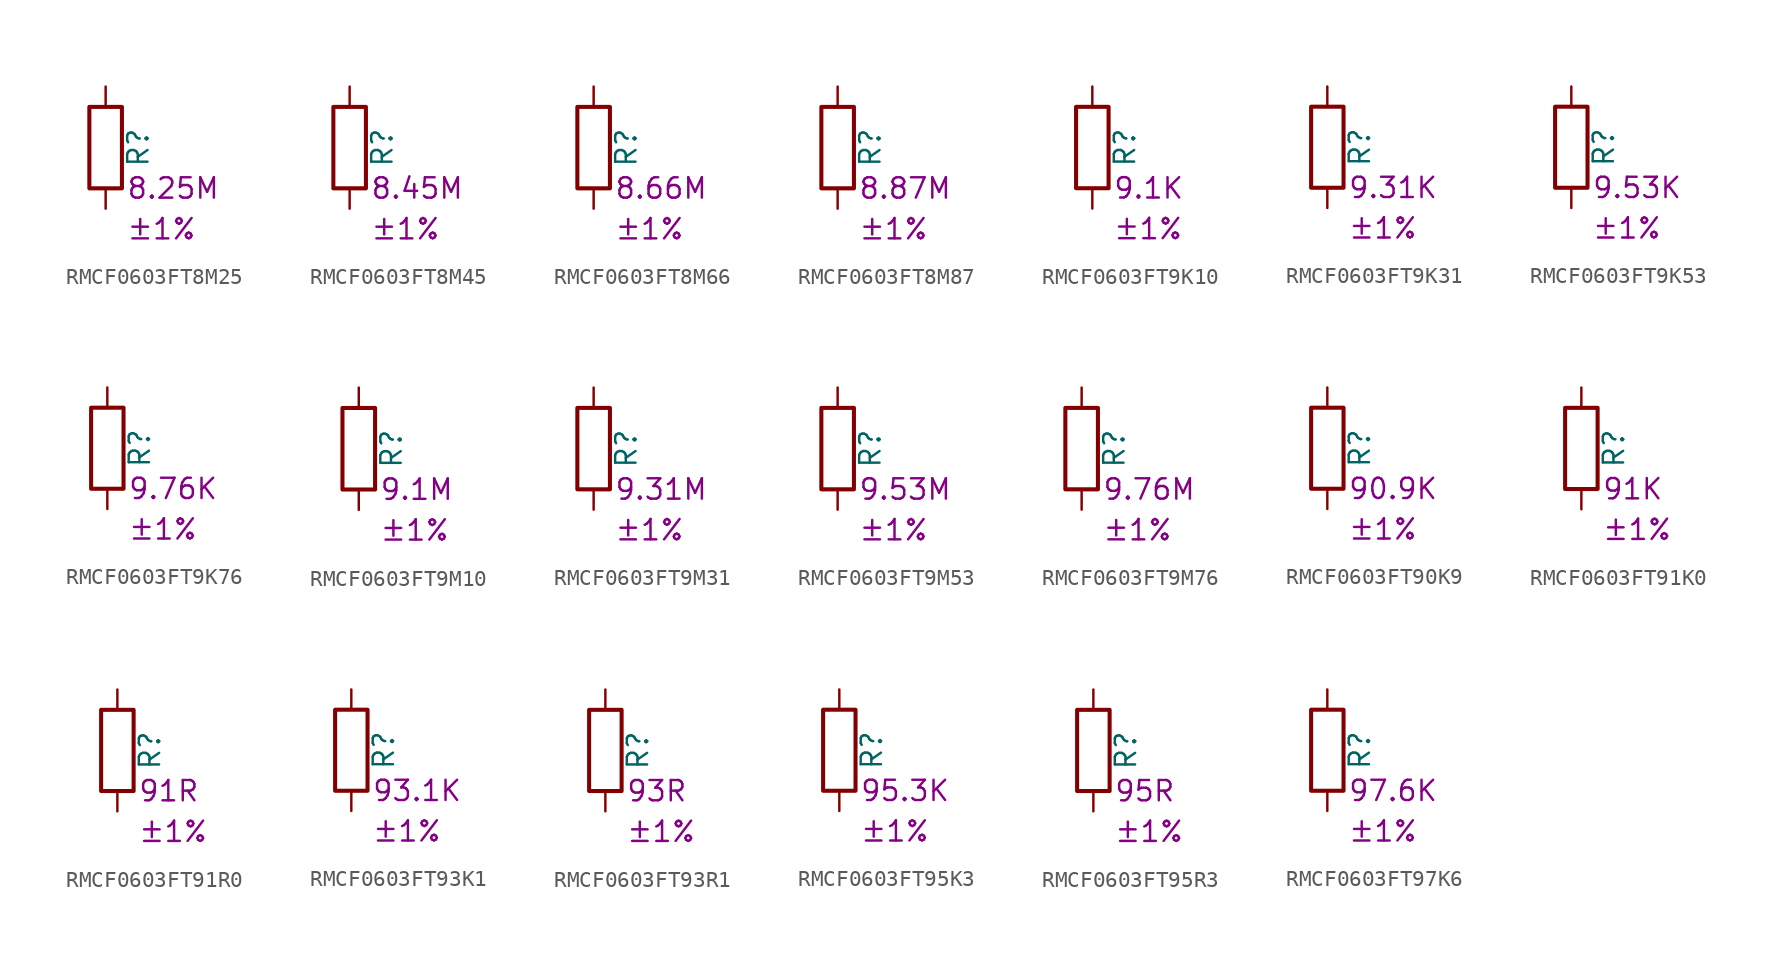
<source format=kicad_sym>
(kicad_symbol_lib
  (version 20220914)
  (generator kicad_symbol_editor)
  (symbol "RMCF0603FT8M25"
    (pin_numbers hide)
    (pin_names
      (offset 0))
    (property "Reference" "R"
      (at 2.032 0 90)
      (effects (font (size 1.27 1.27))))
    (property "Resistance" "8.25M"
      (at 1.27 -2.54 0)
      (effects (font (size 1.27 1.27)) (justify left)))
    (property "Tolerance" "±1%"
      (at 1.27 -5.08 0)
      (effects (font (size 1.27 1.27)) (justify left)))
    (symbol "RMCF0603FT8M25_0_1"
      (rectangle (start -1.016 -2.54) (end 1.016 2.54) (stroke (width 0.254) (type default)) (fill (type none))))
    (symbol "RMCF0603FT8M25_1_1"
      (pin passive line (at 0 3.81 270) (length 1.27) (name "~" (effects (font (size 1.27 1.27)))) (number "1" (effects (font (size 1.27 1.27)))))
      (pin passive line (at 0 -3.81 90) (length 1.27) (name "~" (effects (font (size 1.27 1.27)))) (number "2" (effects (font (size 1.27 1.27)))))))
  (symbol "RMCF0603FT8M45"
    (pin_numbers hide)
    (pin_names
      (offset 0))
    (property "Reference" "R"
      (at 2.032 0 90)
      (effects (font (size 1.27 1.27))))
    (property "Resistance" "8.45M"
      (at 1.27 -2.54 0)
      (effects (font (size 1.27 1.27)) (justify left)))
    (property "Tolerance" "±1%"
      (at 1.27 -5.08 0)
      (effects (font (size 1.27 1.27)) (justify left)))
    (symbol "RMCF0603FT8M45_0_1"
      (rectangle (start -1.016 -2.54) (end 1.016 2.54) (stroke (width 0.254) (type default)) (fill (type none))))
    (symbol "RMCF0603FT8M45_1_1"
      (pin passive line (at 0 3.81 270) (length 1.27) (name "~" (effects (font (size 1.27 1.27)))) (number "1" (effects (font (size 1.27 1.27)))))
      (pin passive line (at 0 -3.81 90) (length 1.27) (name "~" (effects (font (size 1.27 1.27)))) (number "2" (effects (font (size 1.27 1.27)))))))
  (symbol "RMCF0603FT8M66"
    (pin_numbers hide)
    (pin_names
      (offset 0))
    (property "Reference" "R"
      (at 2.032 0 90)
      (effects (font (size 1.27 1.27))))
    (property "Resistance" "8.66M"
      (at 1.27 -2.54 0)
      (effects (font (size 1.27 1.27)) (justify left)))
    (property "Tolerance" "±1%"
      (at 1.27 -5.08 0)
      (effects (font (size 1.27 1.27)) (justify left)))
    (symbol "RMCF0603FT8M66_0_1"
      (rectangle (start -1.016 -2.54) (end 1.016 2.54) (stroke (width 0.254) (type default)) (fill (type none))))
    (symbol "RMCF0603FT8M66_1_1"
      (pin passive line (at 0 3.81 270) (length 1.27) (name "~" (effects (font (size 1.27 1.27)))) (number "1" (effects (font (size 1.27 1.27)))))
      (pin passive line (at 0 -3.81 90) (length 1.27) (name "~" (effects (font (size 1.27 1.27)))) (number "2" (effects (font (size 1.27 1.27)))))))
  (symbol "RMCF0603FT8M87"
    (pin_numbers hide)
    (pin_names
      (offset 0))
    (property "Reference" "R"
      (at 2.032 0 90)
      (effects (font (size 1.27 1.27))))
    (property "Resistance" "8.87M"
      (at 1.27 -2.54 0)
      (effects (font (size 1.27 1.27)) (justify left)))
    (property "Tolerance" "±1%"
      (at 1.27 -5.08 0)
      (effects (font (size 1.27 1.27)) (justify left)))
    (symbol "RMCF0603FT8M87_0_1"
      (rectangle (start -1.016 -2.54) (end 1.016 2.54) (stroke (width 0.254) (type default)) (fill (type none))))
    (symbol "RMCF0603FT8M87_1_1"
      (pin passive line (at 0 3.81 270) (length 1.27) (name "~" (effects (font (size 1.27 1.27)))) (number "1" (effects (font (size 1.27 1.27)))))
      (pin passive line (at 0 -3.81 90) (length 1.27) (name "~" (effects (font (size 1.27 1.27)))) (number "2" (effects (font (size 1.27 1.27)))))))
  (symbol "RMCF0603FT9K10"
    (pin_numbers hide)
    (pin_names
      (offset 0))
    (property "Reference" "R"
      (at 2.032 0 90)
      (effects (font (size 1.27 1.27))))
    (property "Resistance" "9.1K"
      (at 1.27 -2.54 0)
      (effects (font (size 1.27 1.27)) (justify left)))
    (property "Tolerance" "±1%"
      (at 1.27 -5.08 0)
      (effects (font (size 1.27 1.27)) (justify left)))
    (symbol "RMCF0603FT9K10_0_1"
      (rectangle (start -1.016 -2.54) (end 1.016 2.54) (stroke (width 0.254) (type default)) (fill (type none))))
    (symbol "RMCF0603FT9K10_1_1"
      (pin passive line (at 0 3.81 270) (length 1.27) (name "~" (effects (font (size 1.27 1.27)))) (number "1" (effects (font (size 1.27 1.27)))))
      (pin passive line (at 0 -3.81 90) (length 1.27) (name "~" (effects (font (size 1.27 1.27)))) (number "2" (effects (font (size 1.27 1.27)))))))
  (symbol "RMCF0603FT9K31"
    (pin_numbers hide)
    (pin_names
      (offset 0))
    (property "Reference" "R"
      (at 2.032 0 90)
      (effects (font (size 1.27 1.27))))
    (property "Resistance" "9.31K"
      (at 1.27 -2.54 0)
      (effects (font (size 1.27 1.27)) (justify left)))
    (property "Tolerance" "±1%"
      (at 1.27 -5.08 0)
      (effects (font (size 1.27 1.27)) (justify left)))
    (symbol "RMCF0603FT9K31_0_1"
      (rectangle (start -1.016 -2.54) (end 1.016 2.54) (stroke (width 0.254) (type default)) (fill (type none))))
    (symbol "RMCF0603FT9K31_1_1"
      (pin passive line (at 0 3.81 270) (length 1.27) (name "~" (effects (font (size 1.27 1.27)))) (number "1" (effects (font (size 1.27 1.27)))))
      (pin passive line (at 0 -3.81 90) (length 1.27) (name "~" (effects (font (size 1.27 1.27)))) (number "2" (effects (font (size 1.27 1.27)))))))
  (symbol "RMCF0603FT9K53"
    (pin_numbers hide)
    (pin_names
      (offset 0))
    (property "Reference" "R"
      (at 2.032 0 90)
      (effects (font (size 1.27 1.27))))
    (property "Resistance" "9.53K"
      (at 1.27 -2.54 0)
      (effects (font (size 1.27 1.27)) (justify left)))
    (property "Tolerance" "±1%"
      (at 1.27 -5.08 0)
      (effects (font (size 1.27 1.27)) (justify left)))
    (symbol "RMCF0603FT9K53_0_1"
      (rectangle (start -1.016 -2.54) (end 1.016 2.54) (stroke (width 0.254) (type default)) (fill (type none))))
    (symbol "RMCF0603FT9K53_1_1"
      (pin passive line (at 0 3.81 270) (length 1.27) (name "~" (effects (font (size 1.27 1.27)))) (number "1" (effects (font (size 1.27 1.27)))))
      (pin passive line (at 0 -3.81 90) (length 1.27) (name "~" (effects (font (size 1.27 1.27)))) (number "2" (effects (font (size 1.27 1.27)))))))
  (symbol "RMCF0603FT9K76"
    (pin_numbers hide)
    (pin_names
      (offset 0))
    (property "Reference" "R"
      (at 2.032 0 90)
      (effects (font (size 1.27 1.27))))
    (property "Resistance" "9.76K"
      (at 1.27 -2.54 0)
      (effects (font (size 1.27 1.27)) (justify left)))
    (property "Tolerance" "±1%"
      (at 1.27 -5.08 0)
      (effects (font (size 1.27 1.27)) (justify left)))
    (symbol "RMCF0603FT9K76_0_1"
      (rectangle (start -1.016 -2.54) (end 1.016 2.54) (stroke (width 0.254) (type default)) (fill (type none))))
    (symbol "RMCF0603FT9K76_1_1"
      (pin passive line (at 0 3.81 270) (length 1.27) (name "~" (effects (font (size 1.27 1.27)))) (number "1" (effects (font (size 1.27 1.27)))))
      (pin passive line (at 0 -3.81 90) (length 1.27) (name "~" (effects (font (size 1.27 1.27)))) (number "2" (effects (font (size 1.27 1.27)))))))
  (symbol "RMCF0603FT9M10"
    (pin_numbers hide)
    (pin_names
      (offset 0))
    (property "Reference" "R"
      (at 2.032 0 90)
      (effects (font (size 1.27 1.27))))
    (property "Resistance" "9.1M"
      (at 1.27 -2.54 0)
      (effects (font (size 1.27 1.27)) (justify left)))
    (property "Tolerance" "±1%"
      (at 1.27 -5.08 0)
      (effects (font (size 1.27 1.27)) (justify left)))
    (symbol "RMCF0603FT9M10_0_1"
      (rectangle (start -1.016 -2.54) (end 1.016 2.54) (stroke (width 0.254) (type default)) (fill (type none))))
    (symbol "RMCF0603FT9M10_1_1"
      (pin passive line (at 0 3.81 270) (length 1.27) (name "~" (effects (font (size 1.27 1.27)))) (number "1" (effects (font (size 1.27 1.27)))))
      (pin passive line (at 0 -3.81 90) (length 1.27) (name "~" (effects (font (size 1.27 1.27)))) (number "2" (effects (font (size 1.27 1.27)))))))
  (symbol "RMCF0603FT9M31"
    (pin_numbers hide)
    (pin_names
      (offset 0))
    (property "Reference" "R"
      (at 2.032 0 90)
      (effects (font (size 1.27 1.27))))
    (property "Resistance" "9.31M"
      (at 1.27 -2.54 0)
      (effects (font (size 1.27 1.27)) (justify left)))
    (property "Tolerance" "±1%"
      (at 1.27 -5.08 0)
      (effects (font (size 1.27 1.27)) (justify left)))
    (symbol "RMCF0603FT9M31_0_1"
      (rectangle (start -1.016 -2.54) (end 1.016 2.54) (stroke (width 0.254) (type default)) (fill (type none))))
    (symbol "RMCF0603FT9M31_1_1"
      (pin passive line (at 0 3.81 270) (length 1.27) (name "~" (effects (font (size 1.27 1.27)))) (number "1" (effects (font (size 1.27 1.27)))))
      (pin passive line (at 0 -3.81 90) (length 1.27) (name "~" (effects (font (size 1.27 1.27)))) (number "2" (effects (font (size 1.27 1.27)))))))
  (symbol "RMCF0603FT9M53"
    (pin_numbers hide)
    (pin_names
      (offset 0))
    (property "Reference" "R"
      (at 2.032 0 90)
      (effects (font (size 1.27 1.27))))
    (property "Resistance" "9.53M"
      (at 1.27 -2.54 0)
      (effects (font (size 1.27 1.27)) (justify left)))
    (property "Tolerance" "±1%"
      (at 1.27 -5.08 0)
      (effects (font (size 1.27 1.27)) (justify left)))
    (symbol "RMCF0603FT9M53_0_1"
      (rectangle (start -1.016 -2.54) (end 1.016 2.54) (stroke (width 0.254) (type default)) (fill (type none))))
    (symbol "RMCF0603FT9M53_1_1"
      (pin passive line (at 0 3.81 270) (length 1.27) (name "~" (effects (font (size 1.27 1.27)))) (number "1" (effects (font (size 1.27 1.27)))))
      (pin passive line (at 0 -3.81 90) (length 1.27) (name "~" (effects (font (size 1.27 1.27)))) (number "2" (effects (font (size 1.27 1.27)))))))
  (symbol "RMCF0603FT9M76"
    (pin_numbers hide)
    (pin_names
      (offset 0))
    (property "Reference" "R"
      (at 2.032 0 90)
      (effects (font (size 1.27 1.27))))
    (property "Resistance" "9.76M"
      (at 1.27 -2.54 0)
      (effects (font (size 1.27 1.27)) (justify left)))
    (property "Tolerance" "±1%"
      (at 1.27 -5.08 0)
      (effects (font (size 1.27 1.27)) (justify left)))
    (symbol "RMCF0603FT9M76_0_1"
      (rectangle (start -1.016 -2.54) (end 1.016 2.54) (stroke (width 0.254) (type default)) (fill (type none))))
    (symbol "RMCF0603FT9M76_1_1"
      (pin passive line (at 0 3.81 270) (length 1.27) (name "~" (effects (font (size 1.27 1.27)))) (number "1" (effects (font (size 1.27 1.27)))))
      (pin passive line (at 0 -3.81 90) (length 1.27) (name "~" (effects (font (size 1.27 1.27)))) (number "2" (effects (font (size 1.27 1.27)))))))
  (symbol "RMCF0603FT90K9"
    (pin_numbers hide)
    (pin_names
      (offset 0))
    (property "Reference" "R"
      (at 2.032 0 90)
      (effects (font (size 1.27 1.27))))
    (property "Resistance" "90.9K"
      (at 1.27 -2.54 0)
      (effects (font (size 1.27 1.27)) (justify left)))
    (property "Tolerance" "±1%"
      (at 1.27 -5.08 0)
      (effects (font (size 1.27 1.27)) (justify left)))
    (symbol "RMCF0603FT90K9_0_1"
      (rectangle (start -1.016 -2.54) (end 1.016 2.54) (stroke (width 0.254) (type default)) (fill (type none))))
    (symbol "RMCF0603FT90K9_1_1"
      (pin passive line (at 0 3.81 270) (length 1.27) (name "~" (effects (font (size 1.27 1.27)))) (number "1" (effects (font (size 1.27 1.27)))))
      (pin passive line (at 0 -3.81 90) (length 1.27) (name "~" (effects (font (size 1.27 1.27)))) (number "2" (effects (font (size 1.27 1.27)))))))
  (symbol "RMCF0603FT91K0"
    (pin_numbers hide)
    (pin_names
      (offset 0))
    (property "Reference" "R"
      (at 2.032 0 90)
      (effects (font (size 1.27 1.27))))
    (property "Resistance" "91K"
      (at 1.27 -2.54 0)
      (effects (font (size 1.27 1.27)) (justify left)))
    (property "Tolerance" "±1%"
      (at 1.27 -5.08 0)
      (effects (font (size 1.27 1.27)) (justify left)))
    (symbol "RMCF0603FT91K0_0_1"
      (rectangle (start -1.016 -2.54) (end 1.016 2.54) (stroke (width 0.254) (type default)) (fill (type none))))
    (symbol "RMCF0603FT91K0_1_1"
      (pin passive line (at 0 3.81 270) (length 1.27) (name "~" (effects (font (size 1.27 1.27)))) (number "1" (effects (font (size 1.27 1.27)))))
      (pin passive line (at 0 -3.81 90) (length 1.27) (name "~" (effects (font (size 1.27 1.27)))) (number "2" (effects (font (size 1.27 1.27)))))))
  (symbol "RMCF0603FT91R0"
    (pin_numbers hide)
    (pin_names
      (offset 0))
    (property "Reference" "R"
      (at 2.032 0 90)
      (effects (font (size 1.27 1.27))))
    (property "Resistance" "91R"
      (at 1.27 -2.54 0)
      (effects (font (size 1.27 1.27)) (justify left)))
    (property "Tolerance" "±1%"
      (at 1.27 -5.08 0)
      (effects (font (size 1.27 1.27)) (justify left)))
    (symbol "RMCF0603FT91R0_0_1"
      (rectangle (start -1.016 -2.54) (end 1.016 2.54) (stroke (width 0.254) (type default)) (fill (type none))))
    (symbol "RMCF0603FT91R0_1_1"
      (pin passive line (at 0 3.81 270) (length 1.27) (name "~" (effects (font (size 1.27 1.27)))) (number "1" (effects (font (size 1.27 1.27)))))
      (pin passive line (at 0 -3.81 90) (length 1.27) (name "~" (effects (font (size 1.27 1.27)))) (number "2" (effects (font (size 1.27 1.27)))))))
  (symbol "RMCF0603FT93K1"
    (pin_numbers hide)
    (pin_names
      (offset 0))
    (property "Reference" "R"
      (at 2.032 0 90)
      (effects (font (size 1.27 1.27))))
    (property "Resistance" "93.1K"
      (at 1.27 -2.54 0)
      (effects (font (size 1.27 1.27)) (justify left)))
    (property "Tolerance" "±1%"
      (at 1.27 -5.08 0)
      (effects (font (size 1.27 1.27)) (justify left)))
    (symbol "RMCF0603FT93K1_0_1"
      (rectangle (start -1.016 -2.54) (end 1.016 2.54) (stroke (width 0.254) (type default)) (fill (type none))))
    (symbol "RMCF0603FT93K1_1_1"
      (pin passive line (at 0 3.81 270) (length 1.27) (name "~" (effects (font (size 1.27 1.27)))) (number "1" (effects (font (size 1.27 1.27)))))
      (pin passive line (at 0 -3.81 90) (length 1.27) (name "~" (effects (font (size 1.27 1.27)))) (number "2" (effects (font (size 1.27 1.27)))))))
  (symbol "RMCF0603FT93R1"
    (pin_numbers hide)
    (pin_names
      (offset 0))
    (property "Reference" "R"
      (at 2.032 0 90)
      (effects (font (size 1.27 1.27))))
    (property "Resistance" "93R"
      (at 1.27 -2.54 0)
      (effects (font (size 1.27 1.27)) (justify left)))
    (property "Tolerance" "±1%"
      (at 1.27 -5.08 0)
      (effects (font (size 1.27 1.27)) (justify left)))
    (symbol "RMCF0603FT93R1_0_1"
      (rectangle (start -1.016 -2.54) (end 1.016 2.54) (stroke (width 0.254) (type default)) (fill (type none))))
    (symbol "RMCF0603FT93R1_1_1"
      (pin passive line (at 0 3.81 270) (length 1.27) (name "~" (effects (font (size 1.27 1.27)))) (number "1" (effects (font (size 1.27 1.27)))))
      (pin passive line (at 0 -3.81 90) (length 1.27) (name "~" (effects (font (size 1.27 1.27)))) (number "2" (effects (font (size 1.27 1.27)))))))
  (symbol "RMCF0603FT95K3"
    (pin_numbers hide)
    (pin_names
      (offset 0))
    (property "Reference" "R"
      (at 2.032 0 90)
      (effects (font (size 1.27 1.27))))
    (property "Resistance" "95.3K"
      (at 1.27 -2.54 0)
      (effects (font (size 1.27 1.27)) (justify left)))
    (property "Tolerance" "±1%"
      (at 1.27 -5.08 0)
      (effects (font (size 1.27 1.27)) (justify left)))
    (symbol "RMCF0603FT95K3_0_1"
      (rectangle (start -1.016 -2.54) (end 1.016 2.54) (stroke (width 0.254) (type default)) (fill (type none))))
    (symbol "RMCF0603FT95K3_1_1"
      (pin passive line (at 0 3.81 270) (length 1.27) (name "~" (effects (font (size 1.27 1.27)))) (number "1" (effects (font (size 1.27 1.27)))))
      (pin passive line (at 0 -3.81 90) (length 1.27) (name "~" (effects (font (size 1.27 1.27)))) (number "2" (effects (font (size 1.27 1.27)))))))
  (symbol "RMCF0603FT95R3"
    (pin_numbers hide)
    (pin_names
      (offset 0))
    (property "Reference" "R"
      (at 2.032 0 90)
      (effects (font (size 1.27 1.27))))
    (property "Resistance" "95R"
      (at 1.27 -2.54 0)
      (effects (font (size 1.27 1.27)) (justify left)))
    (property "Tolerance" "±1%"
      (at 1.27 -5.08 0)
      (effects (font (size 1.27 1.27)) (justify left)))
    (symbol "RMCF0603FT95R3_0_1"
      (rectangle (start -1.016 -2.54) (end 1.016 2.54) (stroke (width 0.254) (type default)) (fill (type none))))
    (symbol "RMCF0603FT95R3_1_1"
      (pin passive line (at 0 3.81 270) (length 1.27) (name "~" (effects (font (size 1.27 1.27)))) (number "1" (effects (font (size 1.27 1.27)))))
      (pin passive line (at 0 -3.81 90) (length 1.27) (name "~" (effects (font (size 1.27 1.27)))) (number "2" (effects (font (size 1.27 1.27)))))))
  (symbol "RMCF0603FT97K6"
    (pin_numbers hide)
    (pin_names
      (offset 0))
    (property "Reference" "R"
      (at 2.032 0 90)
      (effects (font (size 1.27 1.27))))
    (property "Resistance" "97.6K"
      (at 1.27 -2.54 0)
      (effects (font (size 1.27 1.27)) (justify left)))
    (property "Tolerance" "±1%"
      (at 1.27 -5.08 0)
      (effects (font (size 1.27 1.27)) (justify left)))
    (symbol "RMCF0603FT97K6_0_1"
      (rectangle (start -1.016 -2.54) (end 1.016 2.54) (stroke (width 0.254) (type default)) (fill (type none))))
    (symbol "RMCF0603FT97K6_1_1"
      (pin passive line (at 0 3.81 270) (length 1.27) (name "~" (effects (font (size 1.27 1.27)))) (number "1" (effects (font (size 1.27 1.27)))))
      (pin passive line (at 0 -3.81 90) (length 1.27) (name "~" (effects (font (size 1.27 1.27)))) (number "2" (effects (font (size 1.27 1.27))))))))
</source>
